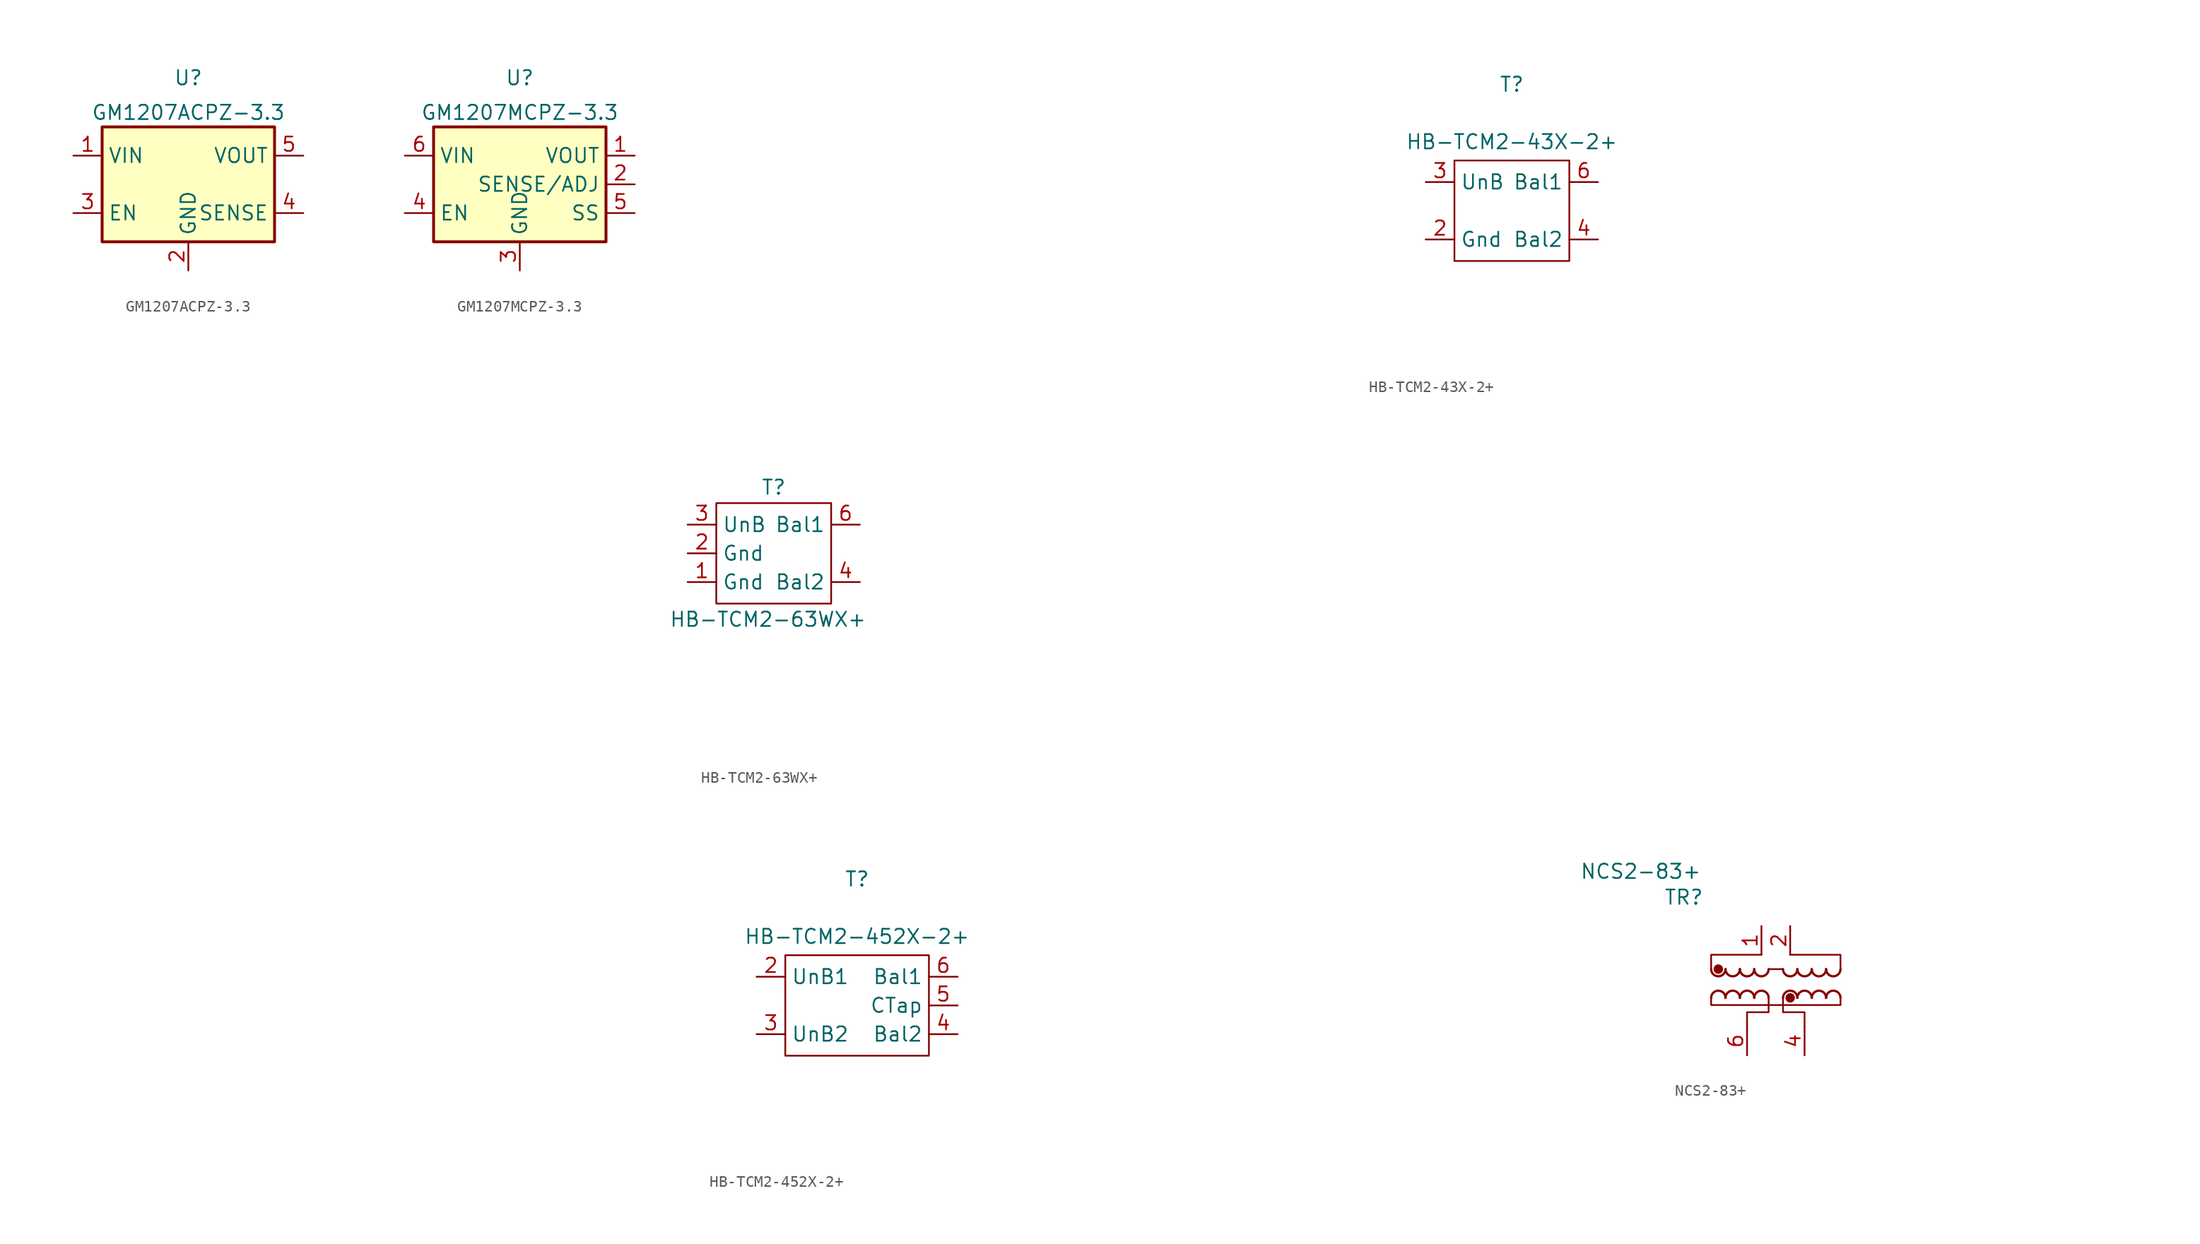
<source format=kicad_sym>
(kicad_symbol_lib
  (version 20231120)
  (generator "kicad_symbol_editor")
  (generator_version "8.0")
  (symbol "GM1207ACPZ-3.3"
    (property "Reference" "U"
      (at 0 10.16 0)
      (effects (font (size 1.27 1.27)) (justify top)))
    (property "Value" "GM1207ACPZ-3.3"
      (at 0 6.35 0)
      (effects (font (size 1.27 1.27))))
    (symbol "GM1207ACPZ-3.3_0_1"
      (rectangle (start -7.62 5.08) (end 7.62 -5.08) (stroke (width 0.254) (type default)) (fill (type background))))
    (symbol "GM1207ACPZ-3.3_1_1"
      (pin power_in line (at -10.16 2.54 0) (length 2.54) (name "VIN" (effects (font (size 1.27 1.27)))) (number "1" (effects (font (size 1.27 1.27)))))
      (pin power_in line (at 0 -7.62 90) (length 2.54) (name "GND" (effects (font (size 1.27 1.27)))) (number "2" (effects (font (size 1.27 1.27)))))
      (pin input line (at -10.16 -2.54 0) (length 2.54) (name "EN" (effects (font (size 1.27 1.27)))) (number "3" (effects (font (size 1.27 1.27)))))
      (pin input line (at 10.16 -2.54 180) (length 2.54) (name "SENSE" (effects (font (size 1.27 1.27)))) (number "4" (effects (font (size 1.27 1.27)))))
      (pin power_out line (at 10.16 2.54 180) (length 2.54) (name "VOUT" (effects (font (size 1.27 1.27)))) (number "5" (effects (font (size 1.27 1.27)))))))
  (symbol "GM1207MCPZ-3.3"
    (property "Reference" "U"
      (at 0 10.16 0)
      (effects (font (size 1.27 1.27)) (justify top)))
    (property "Value" "GM1207MCPZ-3.3"
      (at 0 6.35 0)
      (effects (font (size 1.27 1.27))))
    (symbol "GM1207MCPZ-3.3_0_1"
      (rectangle (start -7.62 5.08) (end 7.62 -5.08) (stroke (width 0.254) (type default)) (fill (type background))))
    (symbol "GM1207MCPZ-3.3_1_1"
      (pin power_out line (at 10.16 2.54 180) (length 2.54) (name "VOUT" (effects (font (size 1.27 1.27)))) (number "1" (effects (font (size 1.27 1.27)))))
      (pin input line (at 10.16 0 180) (length 2.54) (name "SENSE/ADJ" (effects (font (size 1.27 1.27)))) (number "2" (effects (font (size 1.27 1.27)))))
      (pin power_in line (at 0 -7.62 90) (length 2.54) (name "GND" (effects (font (size 1.27 1.27)))) (number "3" (effects (font (size 1.27 1.27)))))
      (pin input line (at -10.16 -2.54 0) (length 2.54) (name "EN" (effects (font (size 1.27 1.27)))) (number "4" (effects (font (size 1.27 1.27)))))
      (pin passive line (at 10.16 -2.54 180) (length 2.54) (name "SS" (effects (font (size 1.27 1.27)))) (number "5" (effects (font (size 1.27 1.27)))))
      (pin power_in line (at -10.16 2.54 0) (length 2.54) (name "VIN" (effects (font (size 1.27 1.27)))) (number "6" (effects (font (size 1.27 1.27)))))
      (pin passive line (at 0 -7.62 90) (length 2.54) hide (name "GND" (effects (font (size 1.27 1.27)))) (number "7" (effects (font (size 1.27 1.27)))))))
  (symbol "HB-TCM2-43X-2+"
    (property "Reference" "T"
      (at 0 11.176 0)
      (effects (font (size 1.27 1.27))))
    (property "Value" "HB-TCM2-43X-2+"
      (at 0 6.096 0)
      (effects (font (size 1.27 1.27))))
    (symbol "HB-TCM2-43X-2+_0_1"
      (rectangle (start -5.08 4.445) (end 5.08 -4.445) (stroke (width 0) (type default)) (fill (type none))))
    (symbol "HB-TCM2-43X-2+_1_1"
      (text private "https://www.lcsc.com/datasheet/lcsc_datasheet_2404151423_HenryTech-H3-TCM2-43X-2-_C22383433.pdf" (at -7.112 -11.176 0) (effects (font (size 1.27 1.27))))
      (text private "RF Balun 10-4000 MHz 50 Ohm 1:2 " (at 0.508 -8.636 0) (effects (font (size 1.27 1.27))))
      (pin passive line (at -7.62 -2.54 0) (length 2.54) (name "Gnd" (effects (font (size 1.27 1.27)))) (number "2" (effects (font (size 1.27 1.27)))))
      (pin passive line (at -7.62 2.54 0) (length 2.54) (name "UnB" (effects (font (size 1.27 1.27)))) (number "3" (effects (font (size 1.27 1.27)))))
      (pin passive line (at 7.62 -2.54 180) (length 2.54) (name "Bal2" (effects (font (size 1.27 1.27)))) (number "4" (effects (font (size 1.27 1.27)))))
      (pin passive line (at 7.62 2.54 180) (length 2.54) (name "Bal1" (effects (font (size 1.27 1.27)))) (number "6" (effects (font (size 1.27 1.27)))))))
  (symbol "HB-TCM2-63WX+"
    (property "Reference" "T"
      (at 0 5.842 0)
      (effects (font (size 1.27 1.27))))
    (property "Value" "HB-TCM2-63WX+"
      (at -0.508 -5.842 0)
      (effects (font (size 1.27 1.27))))
    (symbol "HB-TCM2-63WX+_0_1"
      (rectangle (start -5.08 4.445) (end 5.08 -4.445) (stroke (width 0) (type default)) (fill (type none))))
    (symbol "HB-TCM2-63WX+_1_1"
      (text private "30-6000MHz 50Ω 1:2 Balun" (at 0.254 -10.922 0) (effects (font (size 1.27 1.27))))
      (text private "https://www.lcsc.com/datasheet/lcsc_datasheet_2404151423_HenryTech-H3-TCM2-63WX-_C22383437.pdf" (at -1.27 -15.494 0) (effects (font (size 1.27 1.27))))
      (pin passive line (at -7.62 -2.54 0) (length 2.54) (name "Gnd" (effects (font (size 1.27 1.27)))) (number "1" (effects (font (size 1.27 1.27)))))
      (pin passive line (at -7.62 0 0) (length 2.54) (name "Gnd" (effects (font (size 1.27 1.27)))) (number "2" (effects (font (size 1.27 1.27)))))
      (pin passive line (at -7.62 2.54 0) (length 2.54) (name "UnB" (effects (font (size 1.27 1.27)))) (number "3" (effects (font (size 1.27 1.27)))))
      (pin passive line (at 7.62 -2.54 180) (length 2.54) (name "Bal2" (effects (font (size 1.27 1.27)))) (number "4" (effects (font (size 1.27 1.27)))))
      (pin passive line (at 7.62 2.54 180) (length 2.54) (name "Bal1" (effects (font (size 1.27 1.27)))) (number "6" (effects (font (size 1.27 1.27)))))))
  (symbol "HB-TCM2-452X-2+"
    (property "Reference" "T"
      (at 0 11.176 0)
      (effects (font (size 1.27 1.27))))
    (property "Value" "HB-TCM2-452X-2+"
      (at 0 6.096 0)
      (effects (font (size 1.27 1.27))))
    (symbol "HB-TCM2-452X-2+_0_1"
      (rectangle (start -6.35 4.445) (end 6.35 -4.445) (stroke (width 0) (type default)) (fill (type none))))
    (symbol "HB-TCM2-452X-2+_1_1"
      (text private "20-4000MHz 50Ω 1:2 Balun" (at 0.508 -8.636 0) (effects (font (size 1.27 1.27))))
      (text private "https://www.lcsc.com/datasheet/lcsc_datasheet_2409302203_HenryTech-H3-TCM2-452X-2-_C22383432.pdf\n" (at -7.112 -11.176 0) (effects (font (size 1.27 1.27))))
      (pin passive line (at -8.89 2.54 0) (length 2.54) (name "UnB1" (effects (font (size 1.27 1.27)))) (number "2" (effects (font (size 1.27 1.27)))))
      (pin passive line (at -8.89 -2.54 0) (length 2.54) (name "UnB2" (effects (font (size 1.27 1.27)))) (number "3" (effects (font (size 1.27 1.27)))))
      (pin passive line (at 8.89 -2.54 180) (length 2.54) (name "Bal2" (effects (font (size 1.27 1.27)))) (number "4" (effects (font (size 1.27 1.27)))))
      (pin passive line (at 8.89 0 180) (length 2.54) (name "CTap" (effects (font (size 1.27 1.27)))) (number "5" (effects (font (size 1.27 1.27)))))
      (pin passive line (at 8.89 2.54 180) (length 2.54) (name "Bal1" (effects (font (size 1.27 1.27)))) (number "6" (effects (font (size 1.27 1.27)))))))
  (symbol "NCS2-83+"
    (pin_names hide)
    (property "Reference" "TR"
      (at -8.128 7.62 0)
      (effects (font (size 1.27 1.27))))
    (property "Value" "NCS2-83+"
      (at -11.938 9.906 0)
      (effects (font (size 1.27 1.27))))
    (symbol "NCS2-83+_0_1"
      (arc (start -5.715 1.27) (mid -5.08 0.635) (end -4.445 1.27) (stroke (width 0.2032) (type default)) (fill (type none)))
      (circle (center -5.08 1.27) (radius 0.342) (stroke (width 0) (type default)) (fill (type outline)))
      (arc (start -4.445 -1.27) (mid -5.08 -0.635) (end -5.715 -1.27) (stroke (width 0.2032) (type default)) (fill (type none)))
      (arc (start -4.445 1.27) (mid -3.81 0.635) (end -3.175 1.27) (stroke (width 0.2032) (type default)) (fill (type none)))
      (arc (start -3.175 -1.27) (mid -3.81 -0.635) (end -4.445 -1.27) (stroke (width 0.2032) (type default)) (fill (type none)))
      (arc (start -3.175 1.27) (mid -2.54 0.635) (end -1.905 1.27) (stroke (width 0.2032) (type default)) (fill (type none)))
      (arc (start -1.905 -1.27) (mid -2.54 -0.635) (end -3.175 -1.27) (stroke (width 0.2032) (type default)) (fill (type none)))
      (arc (start -1.905 1.27) (mid -1.27 0.635) (end -0.635 1.27) (stroke (width 0.2032) (type default)) (fill (type none)))
      (arc (start -0.635 -1.27) (mid -1.27 -0.635) (end -1.905 -1.27) (stroke (width 0.2032) (type default)) (fill (type none)))
      (polyline (pts (xy -0.635 1.27) (xy 0.635 1.27)) (stroke (width 0) (type default)) (fill (type none)))
      (polyline (pts (xy -5.715 1.27) (xy -5.715 2.54) (xy -1.27 2.54)) (stroke (width 0) (type default)) (fill (type none)))
      (polyline (pts (xy 5.715 1.27) (xy 5.715 2.54) (xy 1.27 2.54)) (stroke (width 0) (type default)) (fill (type none)))
      (polyline (pts (xy -5.715 -1.27) (xy -5.715 -1.905) (xy 5.715 -1.905) (xy 5.715 -1.27)) (stroke (width 0) (type default)) (fill (type none)))
      (polyline (pts (xy -2.54 -3.81) (xy -2.54 -2.54) (xy -0.635 -2.54) (xy -0.635 -1.27)) (stroke (width 0) (type default)) (fill (type none)))
      (polyline (pts (xy 0.635 -1.27) (xy 0.635 -2.54) (xy 2.54 -2.54) (xy 2.54 -3.81)) (stroke (width 0) (type default)) (fill (type none)))
      (arc (start 0.635 1.27) (mid 1.27 0.635) (end 1.905 1.27) (stroke (width 0.2032) (type default)) (fill (type none)))
      (circle (center 1.27 -1.27) (radius 0.342) (stroke (width 0) (type default)) (fill (type outline)))
      (arc (start 1.905 -1.27) (mid 1.27 -0.635) (end 0.635 -1.27) (stroke (width 0.2032) (type default)) (fill (type none)))
      (arc (start 1.905 1.27) (mid 2.54 0.635) (end 3.175 1.27) (stroke (width 0.2032) (type default)) (fill (type none)))
      (arc (start 3.175 -1.27) (mid 2.54 -0.635) (end 1.905 -1.27) (stroke (width 0.2032) (type default)) (fill (type none)))
      (arc (start 3.175 1.27) (mid 3.81 0.635) (end 4.445 1.27) (stroke (width 0.2032) (type default)) (fill (type none)))
      (arc (start 4.445 -1.27) (mid 3.81 -0.635) (end 3.175 -1.27) (stroke (width 0.2032) (type default)) (fill (type none)))
      (arc (start 4.445 1.27) (mid 5.08 0.635) (end 5.715 1.27) (stroke (width 0.2032) (type default)) (fill (type none)))
      (arc (start 5.715 -1.27) (mid 5.08 -0.635) (end 4.445 -1.27) (stroke (width 0.2032) (type default)) (fill (type none))))
    (symbol "NCS2-83+_1_1"
      (pin passive line (at -1.27 5.08 270) (length 2.54) (name "~" (effects (font (size 1.27 1.27)))) (number "1" (effects (font (size 1.27 1.27)))))
      (pin passive line (at 1.27 5.08 270) (length 2.54) (name "~" (effects (font (size 1.27 1.27)))) (number "2" (effects (font (size 1.27 1.27)))))
      (pin passive line (at 2.54 -6.35 90) (length 2.54) (name "~" (effects (font (size 1.27 1.27)))) (number "4" (effects (font (size 1.27 1.27)))))
      (pin passive line (at -2.54 -6.35 90) (length 2.54) (name "~" (effects (font (size 1.27 1.27)))) (number "6" (effects (font (size 1.27 1.27))))))))
</source>
